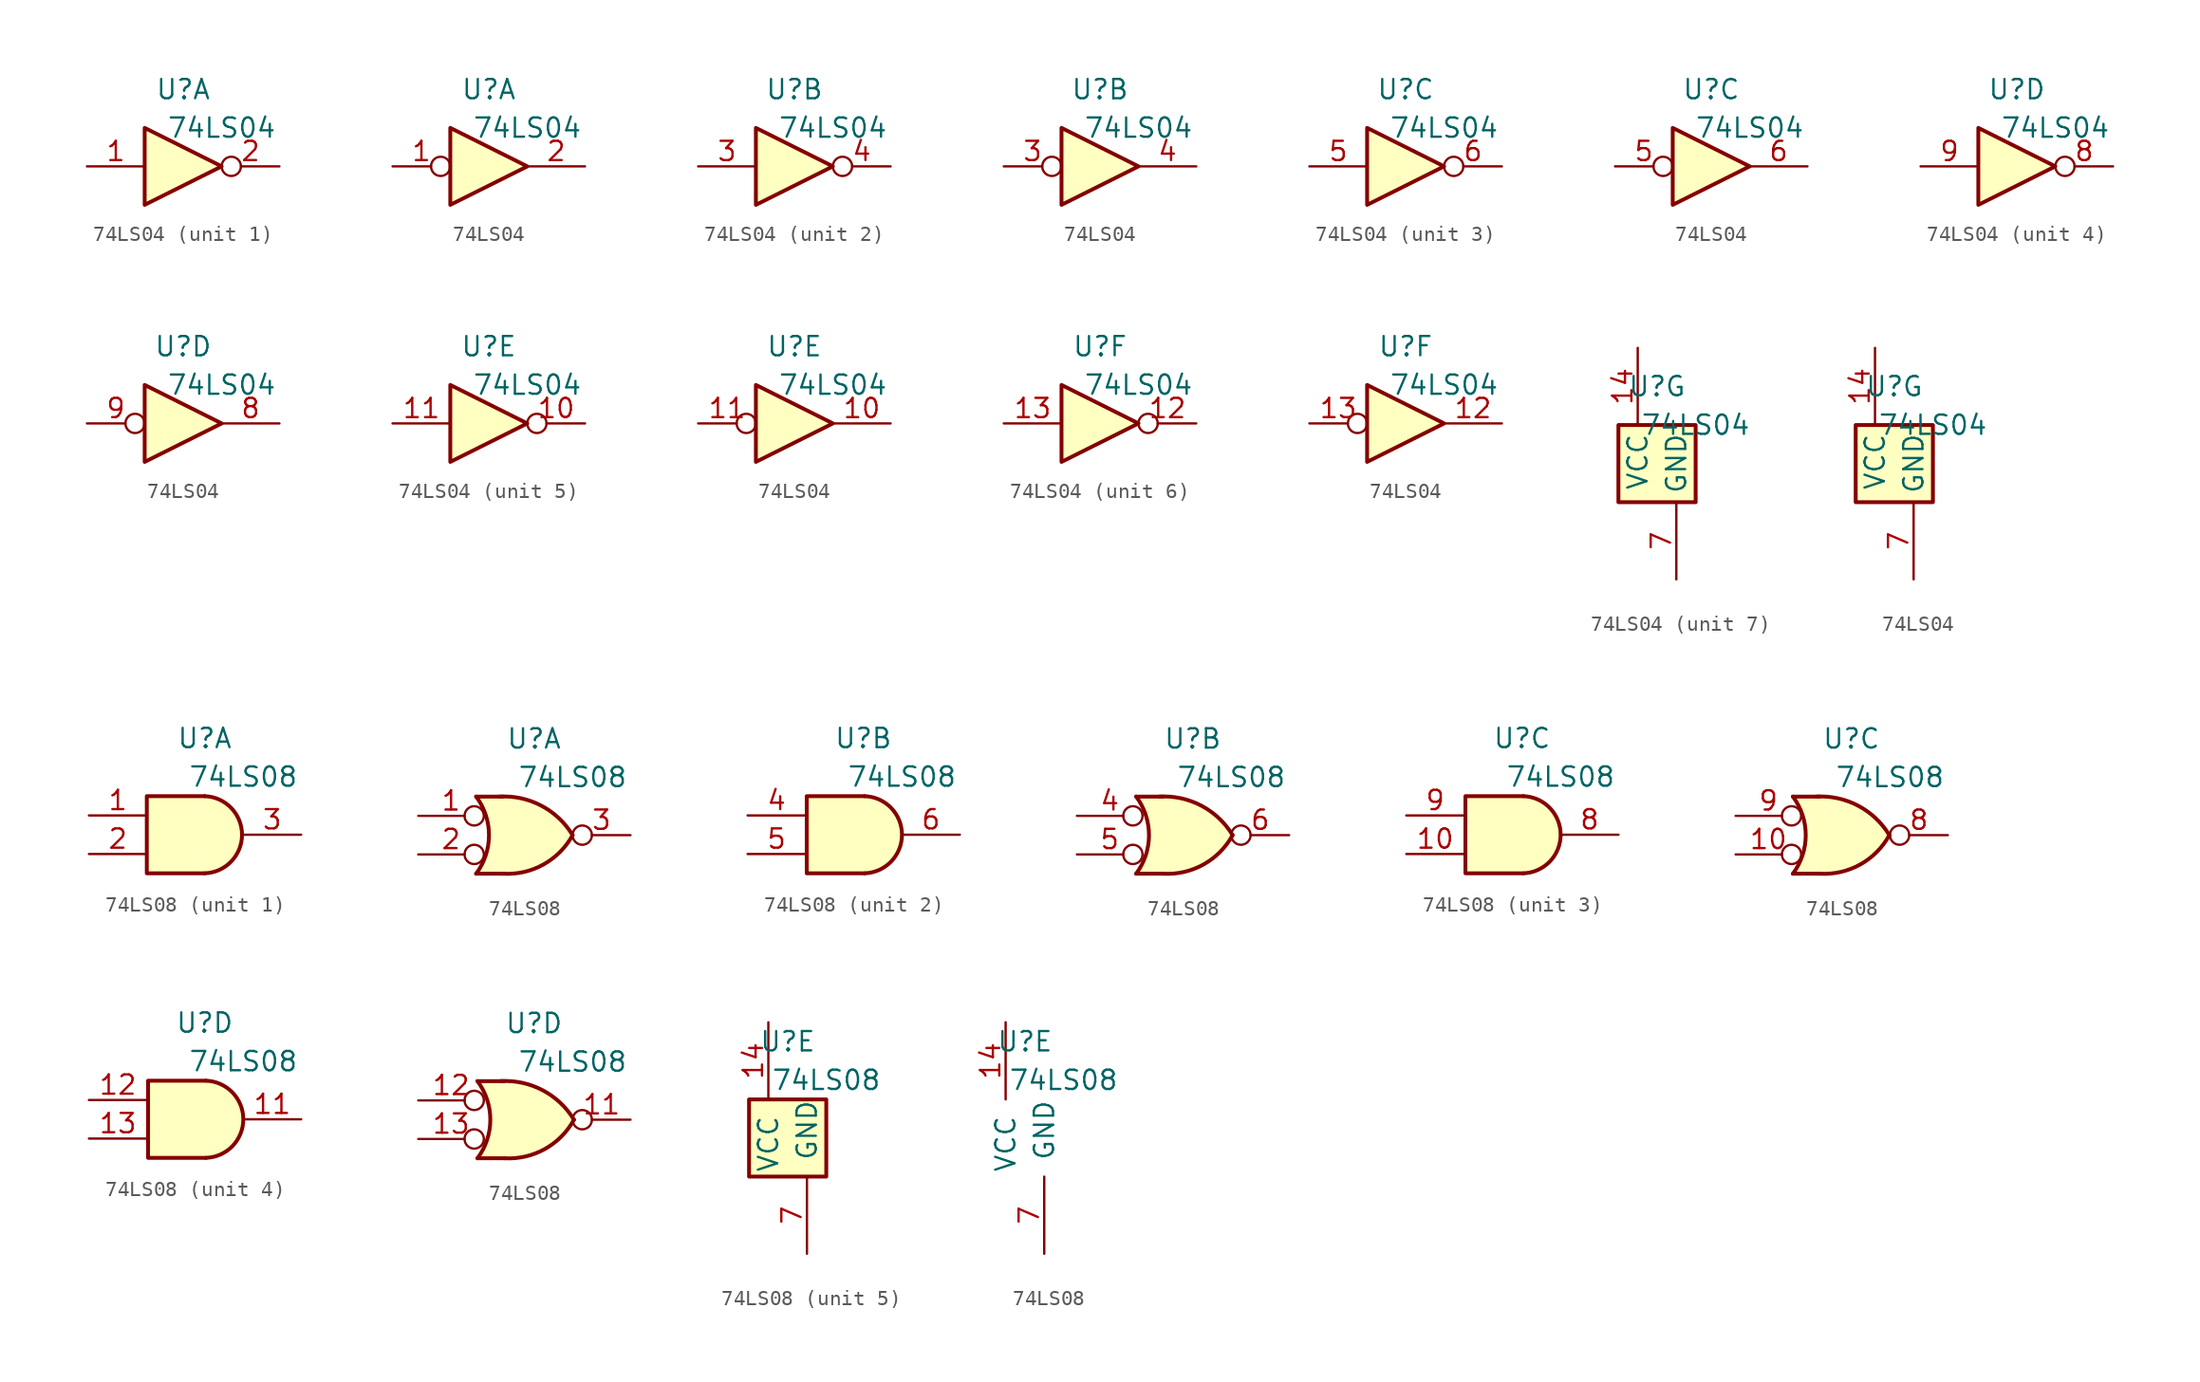
<source format=kicad_sym>
(kicad_symbol_lib
  (version 20220914)
  (generator kicad_symbol_editor)
  (symbol "74LS04"
    (property "Reference" "U"
      (at 0 5.08 0)
      (effects (font (size 1.27 1.27))))
    (property "Value" "74LS04"
      (at 2.54 2.54 0)
      (effects (font (size 1.27 1.27))))
    (property "ki_locked" ""
      (at 0 0 0)
      (effects (font (size 1.27 1.27))))
    (symbol "74LS04_1_0"
      (polyline (pts (xy -2.54 2.54) (xy -2.54 -2.54) (xy 2.54 0) (xy -2.54 2.54)) (stroke (width 0.254) (type default)) (fill (type background))))
    (symbol "74LS04_1_1"
      (pin input line (at -6.35 0 0) (length 3.81) (name "~" (effects (font (size 1.27 1.27)))) (number "1" (effects (font (size 1.27 1.27)))))
      (pin output inverted (at 6.35 0 180) (length 3.81) (name "~" (effects (font (size 1.27 1.27)))) (number "2" (effects (font (size 1.27 1.27))))))
    (symbol "74LS04_1_2"
      (pin input inverted (at -6.35 0 0) (length 3.81) (name "~" (effects (font (size 1.27 1.27)))) (number "1" (effects (font (size 1.27 1.27)))))
      (pin output line (at 6.35 0 180) (length 3.81) (name "~" (effects (font (size 1.27 1.27)))) (number "2" (effects (font (size 1.27 1.27))))))
    (symbol "74LS04_2_0"
      (polyline (pts (xy -2.54 2.54) (xy -2.54 -2.54) (xy 2.54 0) (xy -2.54 2.54)) (stroke (width 0.254) (type default)) (fill (type background))))
    (symbol "74LS04_2_1"
      (pin input line (at -6.35 0 0) (length 3.81) (name "~" (effects (font (size 1.27 1.27)))) (number "3" (effects (font (size 1.27 1.27)))))
      (pin output inverted (at 6.35 0 180) (length 3.81) (name "~" (effects (font (size 1.27 1.27)))) (number "4" (effects (font (size 1.27 1.27))))))
    (symbol "74LS04_2_2"
      (pin input inverted (at -6.35 0 0) (length 3.81) (name "~" (effects (font (size 1.27 1.27)))) (number "3" (effects (font (size 1.27 1.27)))))
      (pin output line (at 6.35 0 180) (length 3.81) (name "~" (effects (font (size 1.27 1.27)))) (number "4" (effects (font (size 1.27 1.27))))))
    (symbol "74LS04_3_0"
      (polyline (pts (xy -2.54 2.54) (xy -2.54 -2.54) (xy 2.54 0) (xy -2.54 2.54)) (stroke (width 0.254) (type default)) (fill (type background))))
    (symbol "74LS04_3_1"
      (pin input line (at -6.35 0 0) (length 3.81) (name "~" (effects (font (size 1.27 1.27)))) (number "5" (effects (font (size 1.27 1.27)))))
      (pin output inverted (at 6.35 0 180) (length 3.81) (name "~" (effects (font (size 1.27 1.27)))) (number "6" (effects (font (size 1.27 1.27))))))
    (symbol "74LS04_3_2"
      (pin input inverted (at -6.35 0 0) (length 3.81) (name "~" (effects (font (size 1.27 1.27)))) (number "5" (effects (font (size 1.27 1.27)))))
      (pin output line (at 6.35 0 180) (length 3.81) (name "~" (effects (font (size 1.27 1.27)))) (number "6" (effects (font (size 1.27 1.27))))))
    (symbol "74LS04_4_0"
      (polyline (pts (xy -2.54 2.54) (xy -2.54 -2.54) (xy 2.54 0) (xy -2.54 2.54)) (stroke (width 0.254) (type default)) (fill (type background))))
    (symbol "74LS04_4_1"
      (pin output inverted (at 6.35 0 180) (length 3.81) (name "~" (effects (font (size 1.27 1.27)))) (number "8" (effects (font (size 1.27 1.27)))))
      (pin input line (at -6.35 0 0) (length 3.81) (name "~" (effects (font (size 1.27 1.27)))) (number "9" (effects (font (size 1.27 1.27))))))
    (symbol "74LS04_4_2"
      (pin output line (at 6.35 0 180) (length 3.81) (name "~" (effects (font (size 1.27 1.27)))) (number "8" (effects (font (size 1.27 1.27)))))
      (pin input inverted (at -6.35 0 0) (length 3.81) (name "~" (effects (font (size 1.27 1.27)))) (number "9" (effects (font (size 1.27 1.27))))))
    (symbol "74LS04_5_0"
      (polyline (pts (xy -2.54 2.54) (xy -2.54 -2.54) (xy 2.54 0) (xy -2.54 2.54)) (stroke (width 0.254) (type default)) (fill (type background))))
    (symbol "74LS04_5_1"
      (pin output inverted (at 6.35 0 180) (length 3.81) (name "~" (effects (font (size 1.27 1.27)))) (number "10" (effects (font (size 1.27 1.27)))))
      (pin input line (at -6.35 0 0) (length 3.81) (name "~" (effects (font (size 1.27 1.27)))) (number "11" (effects (font (size 1.27 1.27))))))
    (symbol "74LS04_5_2"
      (pin output line (at 6.35 0 180) (length 3.81) (name "~" (effects (font (size 1.27 1.27)))) (number "10" (effects (font (size 1.27 1.27)))))
      (pin input inverted (at -6.35 0 0) (length 3.81) (name "~" (effects (font (size 1.27 1.27)))) (number "11" (effects (font (size 1.27 1.27))))))
    (symbol "74LS04_6_0"
      (polyline (pts (xy -2.54 2.54) (xy -2.54 -2.54) (xy 2.54 0) (xy -2.54 2.54)) (stroke (width 0.254) (type default)) (fill (type background))))
    (symbol "74LS04_6_1"
      (pin output inverted (at 6.35 0 180) (length 3.81) (name "~" (effects (font (size 1.27 1.27)))) (number "12" (effects (font (size 1.27 1.27)))))
      (pin input line (at -6.35 0 0) (length 3.81) (name "~" (effects (font (size 1.27 1.27)))) (number "13" (effects (font (size 1.27 1.27))))))
    (symbol "74LS04_6_2"
      (pin output line (at 6.35 0 180) (length 3.81) (name "~" (effects (font (size 1.27 1.27)))) (number "12" (effects (font (size 1.27 1.27)))))
      (pin input inverted (at -6.35 0 0) (length 3.81) (name "~" (effects (font (size 1.27 1.27)))) (number "13" (effects (font (size 1.27 1.27))))))
    (symbol "74LS04_7_0"
      (rectangle (start -2.54 2.54) (end 2.54 -2.54) (stroke (width 0.254) (type default)) (fill (type background)))
      (pin power_in line (at -1.27 7.62 270) (length 5.08) (name "VCC" (effects (font (size 1.27 1.27)))) (number "14" (effects (font (size 1.27 1.27)))))
      (pin power_in line (at 1.27 -7.62 90) (length 5.08) (name "GND" (effects (font (size 1.27 1.27)))) (number "7" (effects (font (size 1.27 1.27)))))))
  (symbol "74LS08"
    (pin_names
      (offset 1.016))
    (property "Reference" "U"
      (at 0 6.35 0)
      (effects (font (size 1.27 1.27))))
    (property "Value" "74LS08"
      (at 2.54 3.81 0)
      (effects (font (size 1.27 1.27))))
    (property "ki_locked" ""
      (at 0 0 0)
      (effects (font (size 1.27 1.27))))
    (symbol "74LS08_1_1"
      (arc (start 0 -2.54) (mid 2.4571 0) (end 0 2.54) (stroke (width 0.254) (type default)) (fill (type background)))
      (polyline (pts (xy 0 2.54) (xy -3.81 2.54) (xy -3.81 -2.54) (xy 0 -2.54)) (stroke (width 0.254) (type default)) (fill (type background)))
      (pin input line (at -7.62 1.27 0) (length 3.81) (name "~" (effects (font (size 1.27 1.27)))) (number "1" (effects (font (size 1.27 1.27)))))
      (pin input line (at -7.62 -1.27 0) (length 3.81) (name "~" (effects (font (size 1.27 1.27)))) (number "2" (effects (font (size 1.27 1.27)))))
      (pin output line (at 6.35 0 180) (length 3.81) (name "~" (effects (font (size 1.27 1.27)))) (number "3" (effects (font (size 1.27 1.27))))))
    (symbol "74LS08_1_2"
      (arc (start -3.81 -2.54) (mid -2.964 0) (end -3.81 2.54) (stroke (width 0.254) (type default)) (fill (type none)))
      (arc (start -2.032 -2.54) (mid 0.6219 -1.9322) (end 2.54 0) (stroke (width 0.254) (type default)) (fill (type background)))
      (polyline (pts (xy -3.81 -2.54) (xy -2.032 -2.54)) (stroke (width 0.254) (type default)) (fill (type none)))
      (polyline (pts (xy -3.81 2.54) (xy -2.032 2.54)) (stroke (width 0.254) (type default)) (fill (type none)))
      (polyline (pts (xy -1.27 2.54) (xy -3.81 2.54) (xy -3.175 1.27) (xy -2.794 0) (xy -3.175 -1.27) (xy -3.81 -2.54) (xy -1.27 -2.54)) (stroke (width -25.4) (type default)) (fill (type background)))
      (arc (start 2.54 0) (mid 0.4797 1.9402) (end -2.286 2.54) (stroke (width 0.254) (type default)) (fill (type background)))
      (pin input inverted (at -7.62 1.27 0) (length 4.318) (name "~" (effects (font (size 1.27 1.27)))) (number "1" (effects (font (size 1.27 1.27)))))
      (pin input inverted (at -7.62 -1.27 0) (length 4.318) (name "~" (effects (font (size 1.27 1.27)))) (number "2" (effects (font (size 1.27 1.27)))))
      (pin output inverted (at 6.35 0 180) (length 3.81) (name "~" (effects (font (size 1.27 1.27)))) (number "3" (effects (font (size 1.27 1.27))))))
    (symbol "74LS08_2_1"
      (polyline (pts (xy 0.084 2.54) (xy -3.726 2.54) (xy -3.726 -2.54) (xy 0.084 -2.54)) (stroke (width 0.254) (type default)) (fill (type background)))
      (arc (start 0.0843 -2.54) (mid 2.5414 0) (end 0.0843 2.54) (stroke (width 0.254) (type default)) (fill (type background)))
      (pin input line (at -7.62 1.27 0) (length 3.81) (name "~" (effects (font (size 1.27 1.27)))) (number "4" (effects (font (size 1.27 1.27)))))
      (pin input line (at -7.62 -1.27 0) (length 3.81) (name "~" (effects (font (size 1.27 1.27)))) (number "5" (effects (font (size 1.27 1.27)))))
      (pin output line (at 6.35 0 180) (length 3.81) (name "~" (effects (font (size 1.27 1.27)))) (number "6" (effects (font (size 1.27 1.27))))))
    (symbol "74LS08_2_2"
      (arc (start -3.722 -2.54) (mid -2.876 0) (end -3.722 2.54) (stroke (width 0.254) (type default)) (fill (type none)))
      (arc (start -1.944 -2.54) (mid 0.7099 -1.9322) (end 2.628 0) (stroke (width 0.254) (type default)) (fill (type background)))
      (polyline (pts (xy -3.722 -2.54) (xy -1.944 -2.54)) (stroke (width 0.254) (type default)) (fill (type none)))
      (polyline (pts (xy -3.722 2.54) (xy -1.944 2.54)) (stroke (width 0.254) (type default)) (fill (type none)))
      (polyline (pts (xy -1.182 2.54) (xy -3.722 2.54) (xy -3.087 1.27) (xy -2.706 0) (xy -3.087 -1.27) (xy -3.722 -2.54) (xy -1.182 -2.54)) (stroke (width -25.4) (type default)) (fill (type background)))
      (arc (start 2.628 0) (mid 0.5677 1.9402) (end -2.198 2.54) (stroke (width 0.254) (type default)) (fill (type background)))
      (pin input inverted (at -7.62 1.27 0) (length 4.318) (name "~" (effects (font (size 1.27 1.27)))) (number "4" (effects (font (size 1.27 1.27)))))
      (pin input inverted (at -7.62 -1.27 0) (length 4.318) (name "~" (effects (font (size 1.27 1.27)))) (number "5" (effects (font (size 1.27 1.27)))))
      (pin output inverted (at 6.35 0 180) (length 3.81) (name "~" (effects (font (size 1.27 1.27)))) (number "6" (effects (font (size 1.27 1.27))))))
    (symbol "74LS08_3_1"
      (polyline (pts (xy 0.084 2.54) (xy -3.726 2.54) (xy -3.726 -2.54) (xy 0.084 -2.54)) (stroke (width 0.254) (type default)) (fill (type background)))
      (arc (start 0.0843 -2.54) (mid 2.5414 0) (end 0.0843 2.54) (stroke (width 0.254) (type default)) (fill (type background)))
      (pin input line (at -7.62 -1.27 0) (length 3.81) (name "~" (effects (font (size 1.27 1.27)))) (number "10" (effects (font (size 1.27 1.27)))))
      (pin output line (at 6.35 0 180) (length 3.81) (name "~" (effects (font (size 1.27 1.27)))) (number "8" (effects (font (size 1.27 1.27)))))
      (pin input line (at -7.62 1.27 0) (length 3.81) (name "~" (effects (font (size 1.27 1.27)))) (number "9" (effects (font (size 1.27 1.27))))))
    (symbol "74LS08_3_2"
      (arc (start -3.849 -2.54) (mid -3.003 0) (end -3.849 2.54) (stroke (width 0.254) (type default)) (fill (type none)))
      (arc (start -2.071 -2.54) (mid 0.5829 -1.9322) (end 2.501 0) (stroke (width 0.254) (type default)) (fill (type background)))
      (polyline (pts (xy -3.849 -2.54) (xy -2.071 -2.54)) (stroke (width 0.254) (type default)) (fill (type none)))
      (polyline (pts (xy -3.849 2.54) (xy -2.071 2.54)) (stroke (width 0.254) (type default)) (fill (type none)))
      (polyline (pts (xy -1.309 2.54) (xy -3.849 2.54) (xy -3.214 1.27) (xy -2.833 0) (xy -3.214 -1.27) (xy -3.849 -2.54) (xy -1.309 -2.54)) (stroke (width -25.4) (type default)) (fill (type background)))
      (arc (start 2.501 0) (mid 0.4407 1.9402) (end -2.325 2.54) (stroke (width 0.254) (type default)) (fill (type background)))
      (pin input inverted (at -7.62 -1.27 0) (length 4.318) (name "~" (effects (font (size 1.27 1.27)))) (number "10" (effects (font (size 1.27 1.27)))))
      (pin output inverted (at 6.35 0 180) (length 3.81) (name "~" (effects (font (size 1.27 1.27)))) (number "8" (effects (font (size 1.27 1.27)))))
      (pin input inverted (at -7.62 1.27 0) (length 4.318) (name "~" (effects (font (size 1.27 1.27)))) (number "9" (effects (font (size 1.27 1.27))))))
    (symbol "74LS08_4_1"
      (polyline (pts (xy 0.084 2.54) (xy -3.726 2.54) (xy -3.726 -2.54) (xy 0.084 -2.54)) (stroke (width 0.254) (type default)) (fill (type background)))
      (arc (start 0.0843 -2.54) (mid 2.5414 0) (end 0.0843 2.54) (stroke (width 0.254) (type default)) (fill (type background)))
      (pin output line (at 6.35 0 180) (length 3.81) (name "~" (effects (font (size 1.27 1.27)))) (number "11" (effects (font (size 1.27 1.27)))))
      (pin input line (at -7.62 1.27 0) (length 3.81) (name "~" (effects (font (size 1.27 1.27)))) (number "12" (effects (font (size 1.27 1.27)))))
      (pin input line (at -7.62 -1.27 0) (length 3.81) (name "~" (effects (font (size 1.27 1.27)))) (number "13" (effects (font (size 1.27 1.27))))))
    (symbol "74LS08_4_2"
      (arc (start -3.722 -2.54) (mid -2.876 0) (end -3.722 2.54) (stroke (width 0.254) (type default)) (fill (type none)))
      (arc (start -1.944 -2.54) (mid 0.7099 -1.9322) (end 2.628 0) (stroke (width 0.254) (type default)) (fill (type background)))
      (polyline (pts (xy -3.722 -2.54) (xy -1.944 -2.54)) (stroke (width 0.254) (type default)) (fill (type none)))
      (polyline (pts (xy -3.722 2.54) (xy -1.944 2.54)) (stroke (width 0.254) (type default)) (fill (type none)))
      (polyline (pts (xy -1.182 2.54) (xy -3.722 2.54) (xy -3.087 1.27) (xy -2.706 0) (xy -3.087 -1.27) (xy -3.722 -2.54) (xy -1.182 -2.54)) (stroke (width -25.4) (type default)) (fill (type background)))
      (arc (start 2.628 0) (mid 0.5677 1.9402) (end -2.198 2.54) (stroke (width 0.254) (type default)) (fill (type background)))
      (pin output inverted (at 6.35 0 180) (length 3.81) (name "~" (effects (font (size 1.27 1.27)))) (number "11" (effects (font (size 1.27 1.27)))))
      (pin input inverted (at -7.62 1.27 0) (length 4.318) (name "~" (effects (font (size 1.27 1.27)))) (number "12" (effects (font (size 1.27 1.27)))))
      (pin input inverted (at -7.62 -1.27 0) (length 4.318) (name "~" (effects (font (size 1.27 1.27)))) (number "13" (effects (font (size 1.27 1.27))))))
    (symbol "74LS08_5_0"
      (pin power_in line (at -1.27 7.62 270) (length 5.08) (name "VCC" (effects (font (size 1.27 1.27)))) (number "14" (effects (font (size 1.27 1.27)))))
      (pin power_in line (at 1.27 -7.62 90) (length 5.08) (name "GND" (effects (font (size 1.27 1.27)))) (number "7" (effects (font (size 1.27 1.27))))))
    (symbol "74LS08_5_1"
      (rectangle (start -2.54 2.54) (end 2.54 -2.54) (stroke (width 0.254) (type default)) (fill (type background))))))
</source>
